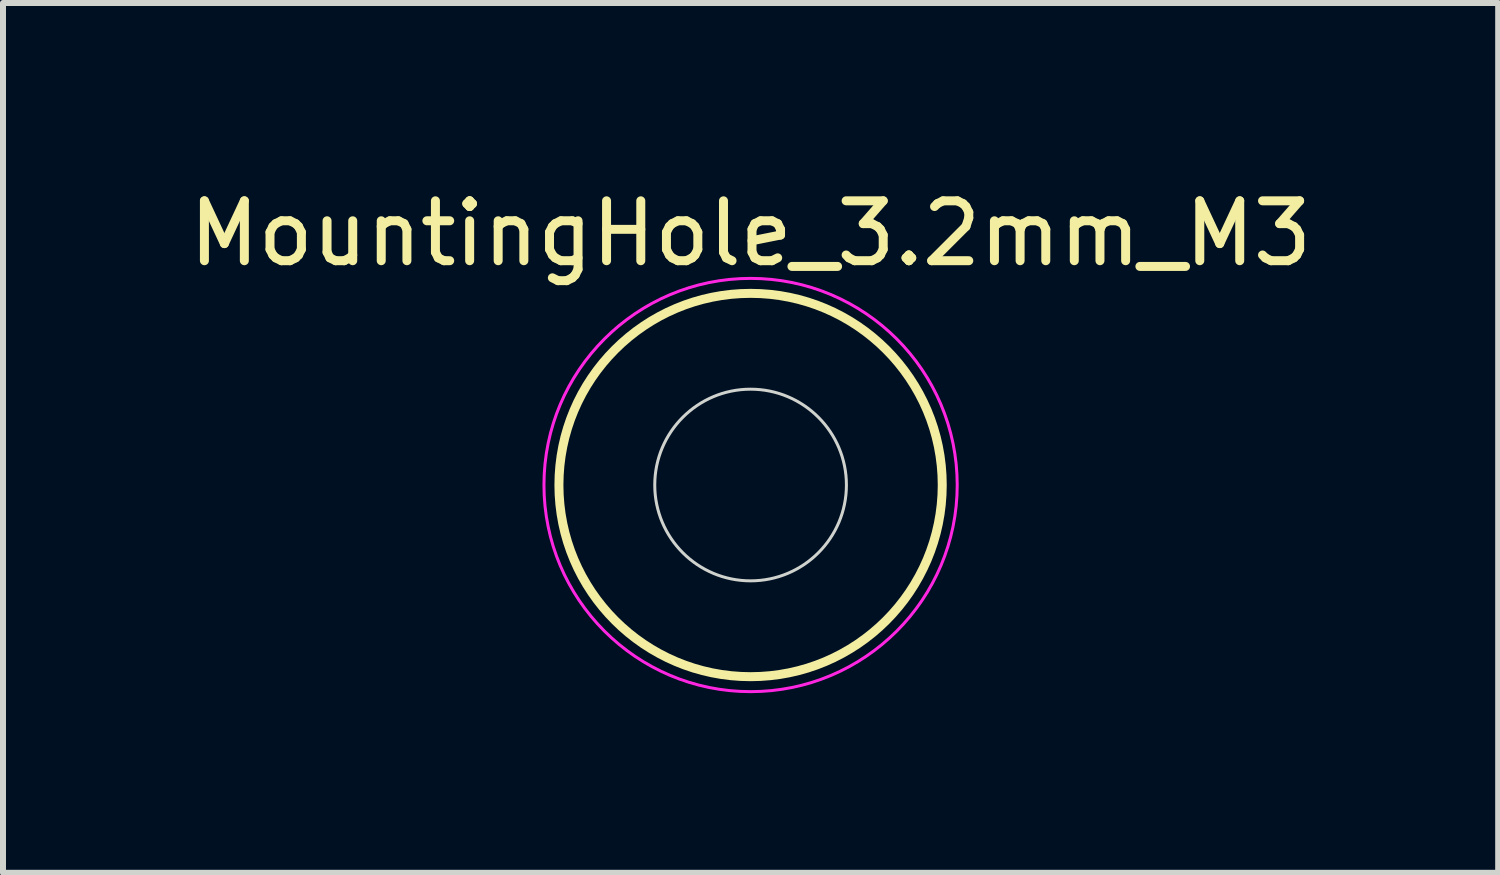
<source format=kicad_pcb>
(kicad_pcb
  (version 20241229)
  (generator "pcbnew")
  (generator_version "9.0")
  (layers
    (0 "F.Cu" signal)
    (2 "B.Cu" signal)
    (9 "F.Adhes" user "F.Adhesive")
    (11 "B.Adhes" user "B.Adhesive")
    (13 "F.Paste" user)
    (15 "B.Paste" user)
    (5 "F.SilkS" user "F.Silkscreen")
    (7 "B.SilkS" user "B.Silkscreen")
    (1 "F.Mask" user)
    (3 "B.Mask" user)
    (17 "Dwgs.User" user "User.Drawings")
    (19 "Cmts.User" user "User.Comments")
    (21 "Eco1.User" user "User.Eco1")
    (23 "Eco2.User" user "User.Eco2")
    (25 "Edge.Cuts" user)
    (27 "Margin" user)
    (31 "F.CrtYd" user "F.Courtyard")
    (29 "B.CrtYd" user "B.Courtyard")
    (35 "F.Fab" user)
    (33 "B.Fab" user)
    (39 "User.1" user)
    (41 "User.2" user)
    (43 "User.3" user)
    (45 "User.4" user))
  (footprint "MountingHole_3.2mm_M3"
    (layer "F.Cu")
    (at 9.482 5.048)
    (property "Reference" "MountingHole_3.2mm_M3" (at 0 -4.2 0) (layer "F.SilkS") (effects (font (size 1 1) (thickness 0.15))))
    (attr exclude_from_pos_files exclude_from_bom)
    (fp_circle (center 0 0) (end 3.2 0) (stroke (width 0.15) (type solid)) (fill no) (layer "F.SilkS"))
    (fp_circle (center 0 0) (end 1.6 0) (stroke (width 0.05) (type default)) (fill no) (layer "Edge.Cuts"))
    (fp_circle (center 0 0) (end 3.45 0) (stroke (width 0.05) (type solid)) (fill no) (layer "F.CrtYd")))
  (gr_rect
    (start -3 -3)
    (end 21.964 11.523)
    (stroke (width 0.1) (type default))
    (fill no)
    (layer "Edge.Cuts")))
</source>
